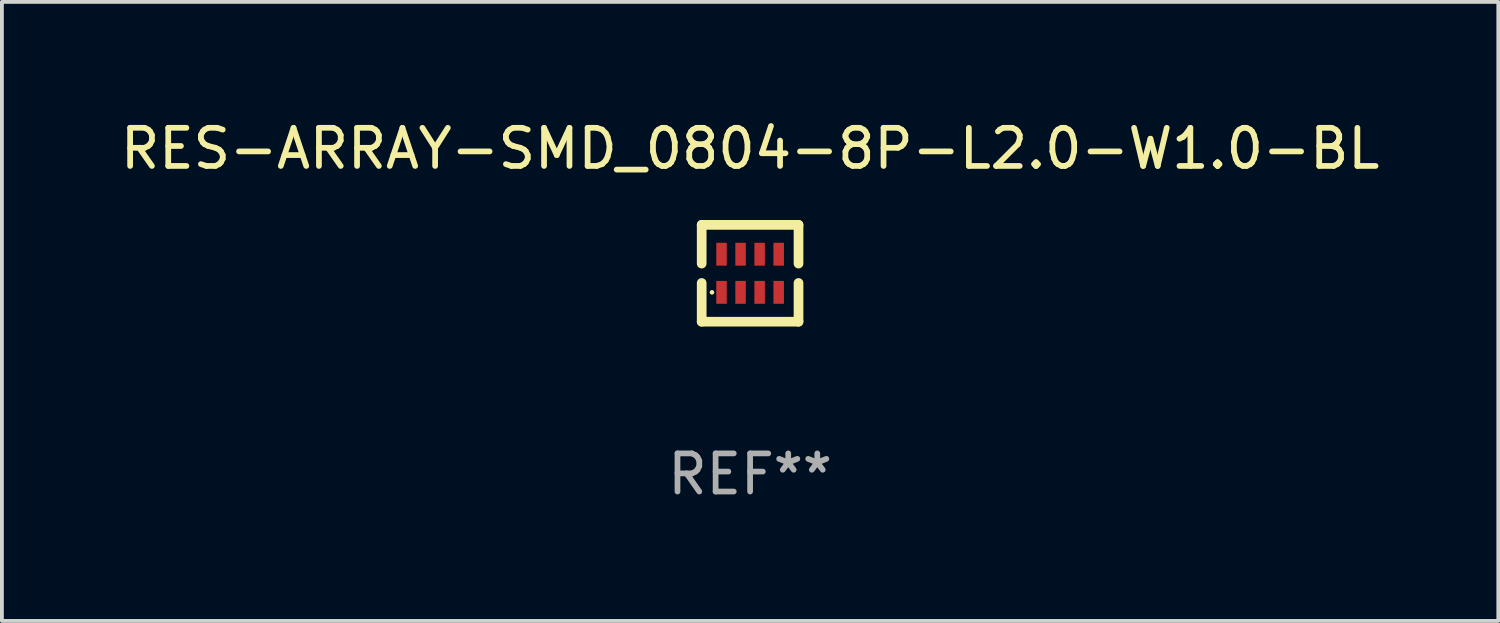
<source format=kicad_pcb>
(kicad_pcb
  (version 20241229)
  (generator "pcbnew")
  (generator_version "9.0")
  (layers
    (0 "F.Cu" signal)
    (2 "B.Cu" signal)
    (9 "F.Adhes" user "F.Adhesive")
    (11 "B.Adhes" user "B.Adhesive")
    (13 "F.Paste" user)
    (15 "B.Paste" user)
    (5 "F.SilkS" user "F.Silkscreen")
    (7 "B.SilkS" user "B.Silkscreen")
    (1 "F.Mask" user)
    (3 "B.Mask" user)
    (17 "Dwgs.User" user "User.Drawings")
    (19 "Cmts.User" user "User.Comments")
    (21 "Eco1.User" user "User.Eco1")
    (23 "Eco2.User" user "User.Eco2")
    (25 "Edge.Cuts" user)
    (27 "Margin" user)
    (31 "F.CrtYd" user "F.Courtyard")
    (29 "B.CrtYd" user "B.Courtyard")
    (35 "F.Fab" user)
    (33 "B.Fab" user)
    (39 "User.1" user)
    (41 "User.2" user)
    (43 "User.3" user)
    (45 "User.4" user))
  (footprint "RES-ARRAY-SMD_0804-8P-L2.0-W1.0-BL"
    (layer "F.Cu")
    (at 16.625 4.118)
    (property "Reference" "RES-ARRAY-SMD_0804-8P-L2.0-W1.0-BL" (at 0.000102 -3.27 0) (layer "F.SilkS") (effects (font (size 1 1) (thickness 0.15))))
    (attr smd)
    (fp_line (start -1.27 -1.27) (end 1.27 -1.27) (stroke (width 0.254) (type solid)) (layer "F.SilkS"))
    (fp_line (start -1.27 -0.254) (end -1.27 -1.27) (stroke (width 0.254) (type solid)) (layer "F.SilkS"))
    (fp_line (start -1.27 1.27) (end -1.27 0.254) (stroke (width 0.254) (type solid)) (layer "F.SilkS"))
    (fp_line (start 1.27 -1.27) (end 1.27 -0.254) (stroke (width 0.254) (type solid)) (layer "F.SilkS"))
    (fp_line (start 1.27 0.254) (end 1.27 1.27) (stroke (width 0.254) (type solid)) (layer "F.SilkS"))
    (fp_line (start 1.27 1.27) (end -1.27 1.27) (stroke (width 0.254) (type solid)) (layer "F.SilkS"))
    (fp_circle (center -1 0.5) (end -0.97 0.5) (stroke (width 0.06) (type solid)) (fill no) (layer "F.SilkS"))
    (fp_text user "REF**" (at 0.000102 5.27 0) (layer "F.Fab") (effects (font (size 1 1) (thickness 0.15))))
    (pad "1" smd rect (at -0.75 0.5 90) (size 0.6 0.275) (layers "F.Cu" "F.Mask" "F.Paste"))
    (pad "2" smd rect (at -0.25 0.5 90) (size 0.6 0.275) (layers "F.Cu" "F.Mask" "F.Paste"))
    (pad "3" smd rect (at 0.25 0.5 90) (size 0.6 0.275) (layers "F.Cu" "F.Mask" "F.Paste"))
    (pad "4" smd rect (at 0.75 0.5 90) (size 0.6 0.275) (layers "F.Cu" "F.Mask" "F.Paste"))
    (pad "5" smd rect (at 0.75 -0.5 90) (size 0.6 0.275) (layers "F.Cu" "F.Mask" "F.Paste"))
    (pad "6" smd rect (at 0.25 -0.5 90) (size 0.6 0.275) (layers "F.Cu" "F.Mask" "F.Paste"))
    (pad "7" smd rect (at -0.25 -0.5 90) (size 0.6 0.275) (layers "F.Cu" "F.Mask" "F.Paste"))
    (pad "8" smd rect (at -0.75 -0.5 90) (size 0.6 0.275) (layers "F.Cu" "F.Mask" "F.Paste")))
  (gr_rect
    (start -3 -3)
    (end 36.25 13.237)
    (stroke (width 0.1) (type default))
    (fill no)
    (layer "Edge.Cuts")))
</source>
